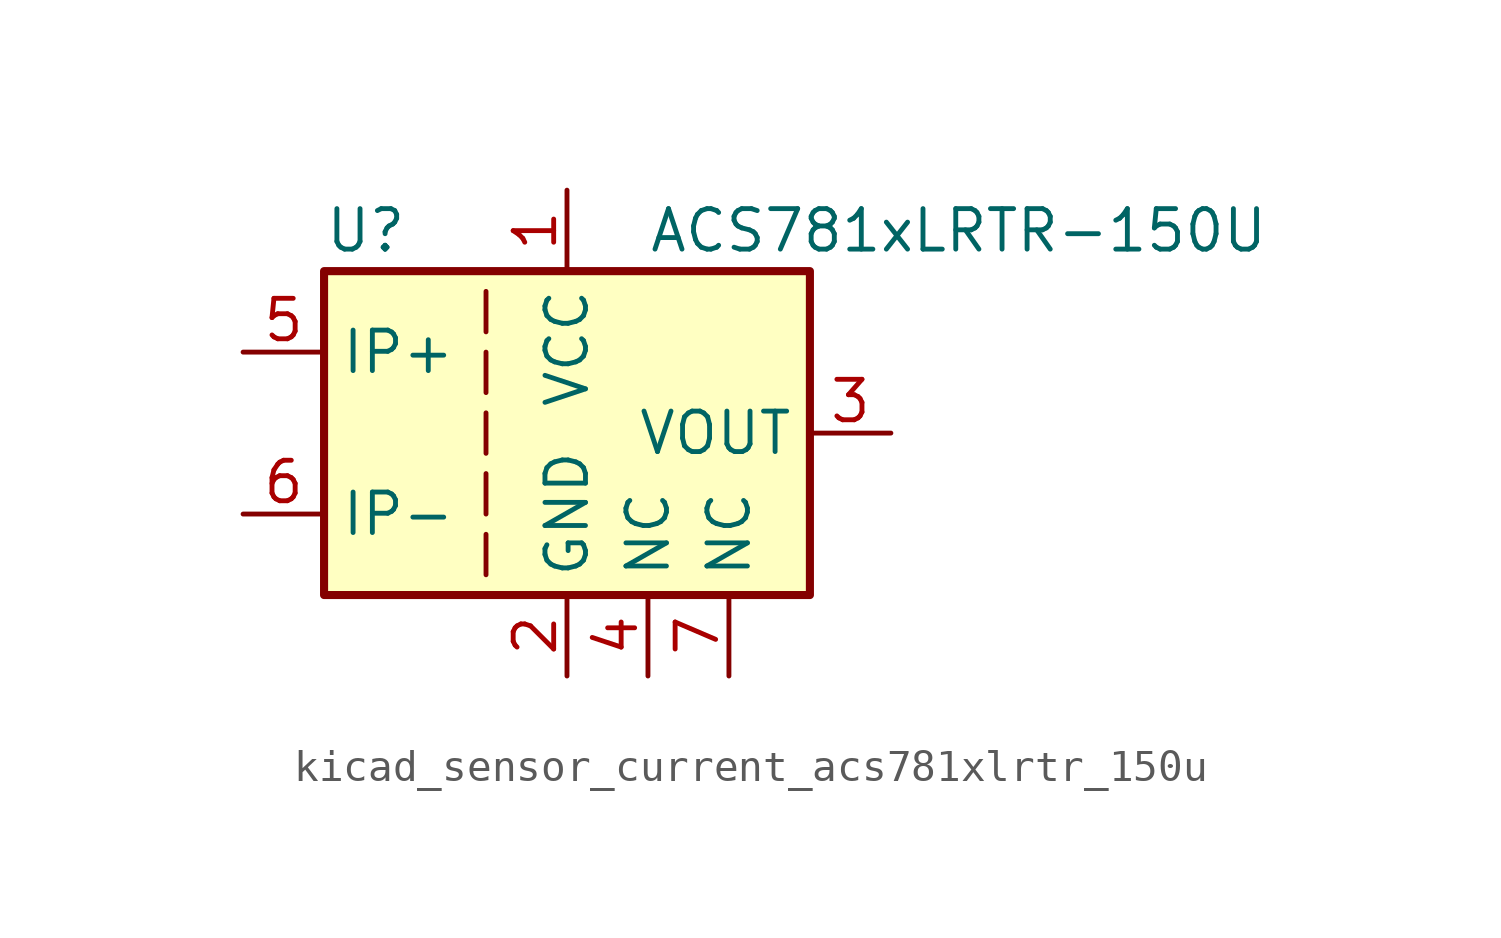
<source format=kicad_sym>
(kicad_symbol_lib
  (version 20220914)
  (generator kicad_symbol_editor)
  (symbol "kicad_sensor_current_acs781xlrtr_150u"
    (property "Reference" "U"
      (at -7.62 6.35 0)
      (effects (font (size 1.27 1.27)) (justify left)))
    (property "Value" "ACS781xLRTR-150U"
      (at 2.54 6.35 0)
      (effects (font (size 1.27 1.27)) (justify left)))
    (symbol "kicad_sensor_current_acs781xlrtr_150u_0_1"
      (rectangle (start -7.62 5.08) (end 7.62 -5.08) (stroke (width 0.254) (type default)) (fill (type background)))
      (polyline (pts (xy -2.54 -3.175) (xy -2.54 -4.445)) (stroke (width 0) (type default)) (fill (type none)))
      (polyline (pts (xy -2.54 -1.27) (xy -2.54 -2.54)) (stroke (width 0) (type default)) (fill (type none)))
      (polyline (pts (xy -2.54 0.635) (xy -2.54 -0.635)) (stroke (width 0) (type default)) (fill (type none)))
      (polyline (pts (xy -2.54 1.27) (xy -2.54 2.54)) (stroke (width 0) (type default)) (fill (type none)))
      (polyline (pts (xy -2.54 3.175) (xy -2.54 4.445)) (stroke (width 0) (type default)) (fill (type none))))
    (symbol "kicad_sensor_current_acs781xlrtr_150u_1_1"
      (pin power_in line (at 0 7.62 270) (length 2.54) (name "VCC" (effects (font (size 1.27 1.27)))) (number "1" (effects (font (size 1.27 1.27)))))
      (pin power_in line (at 0 -7.62 90) (length 2.54) (name "GND" (effects (font (size 1.27 1.27)))) (number "2" (effects (font (size 1.27 1.27)))))
      (pin output line (at 10.16 0 180) (length 2.54) (name "VOUT" (effects (font (size 1.27 1.27)))) (number "3" (effects (font (size 1.27 1.27)))))
      (pin passive line (at 2.54 -7.62 90) (length 2.54) (name "NC" (effects (font (size 1.27 1.27)))) (number "4" (effects (font (size 1.27 1.27)))))
      (pin passive line (at -10.16 2.54 0) (length 2.54) (name "IP+" (effects (font (size 1.27 1.27)))) (number "5" (effects (font (size 1.27 1.27)))))
      (pin passive line (at -10.16 -2.54 0) (length 2.54) (name "IP-" (effects (font (size 1.27 1.27)))) (number "6" (effects (font (size 1.27 1.27)))))
      (pin passive line (at 5.08 -7.62 90) (length 2.54) (name "NC" (effects (font (size 1.27 1.27)))) (number "7" (effects (font (size 1.27 1.27))))))))
</source>
